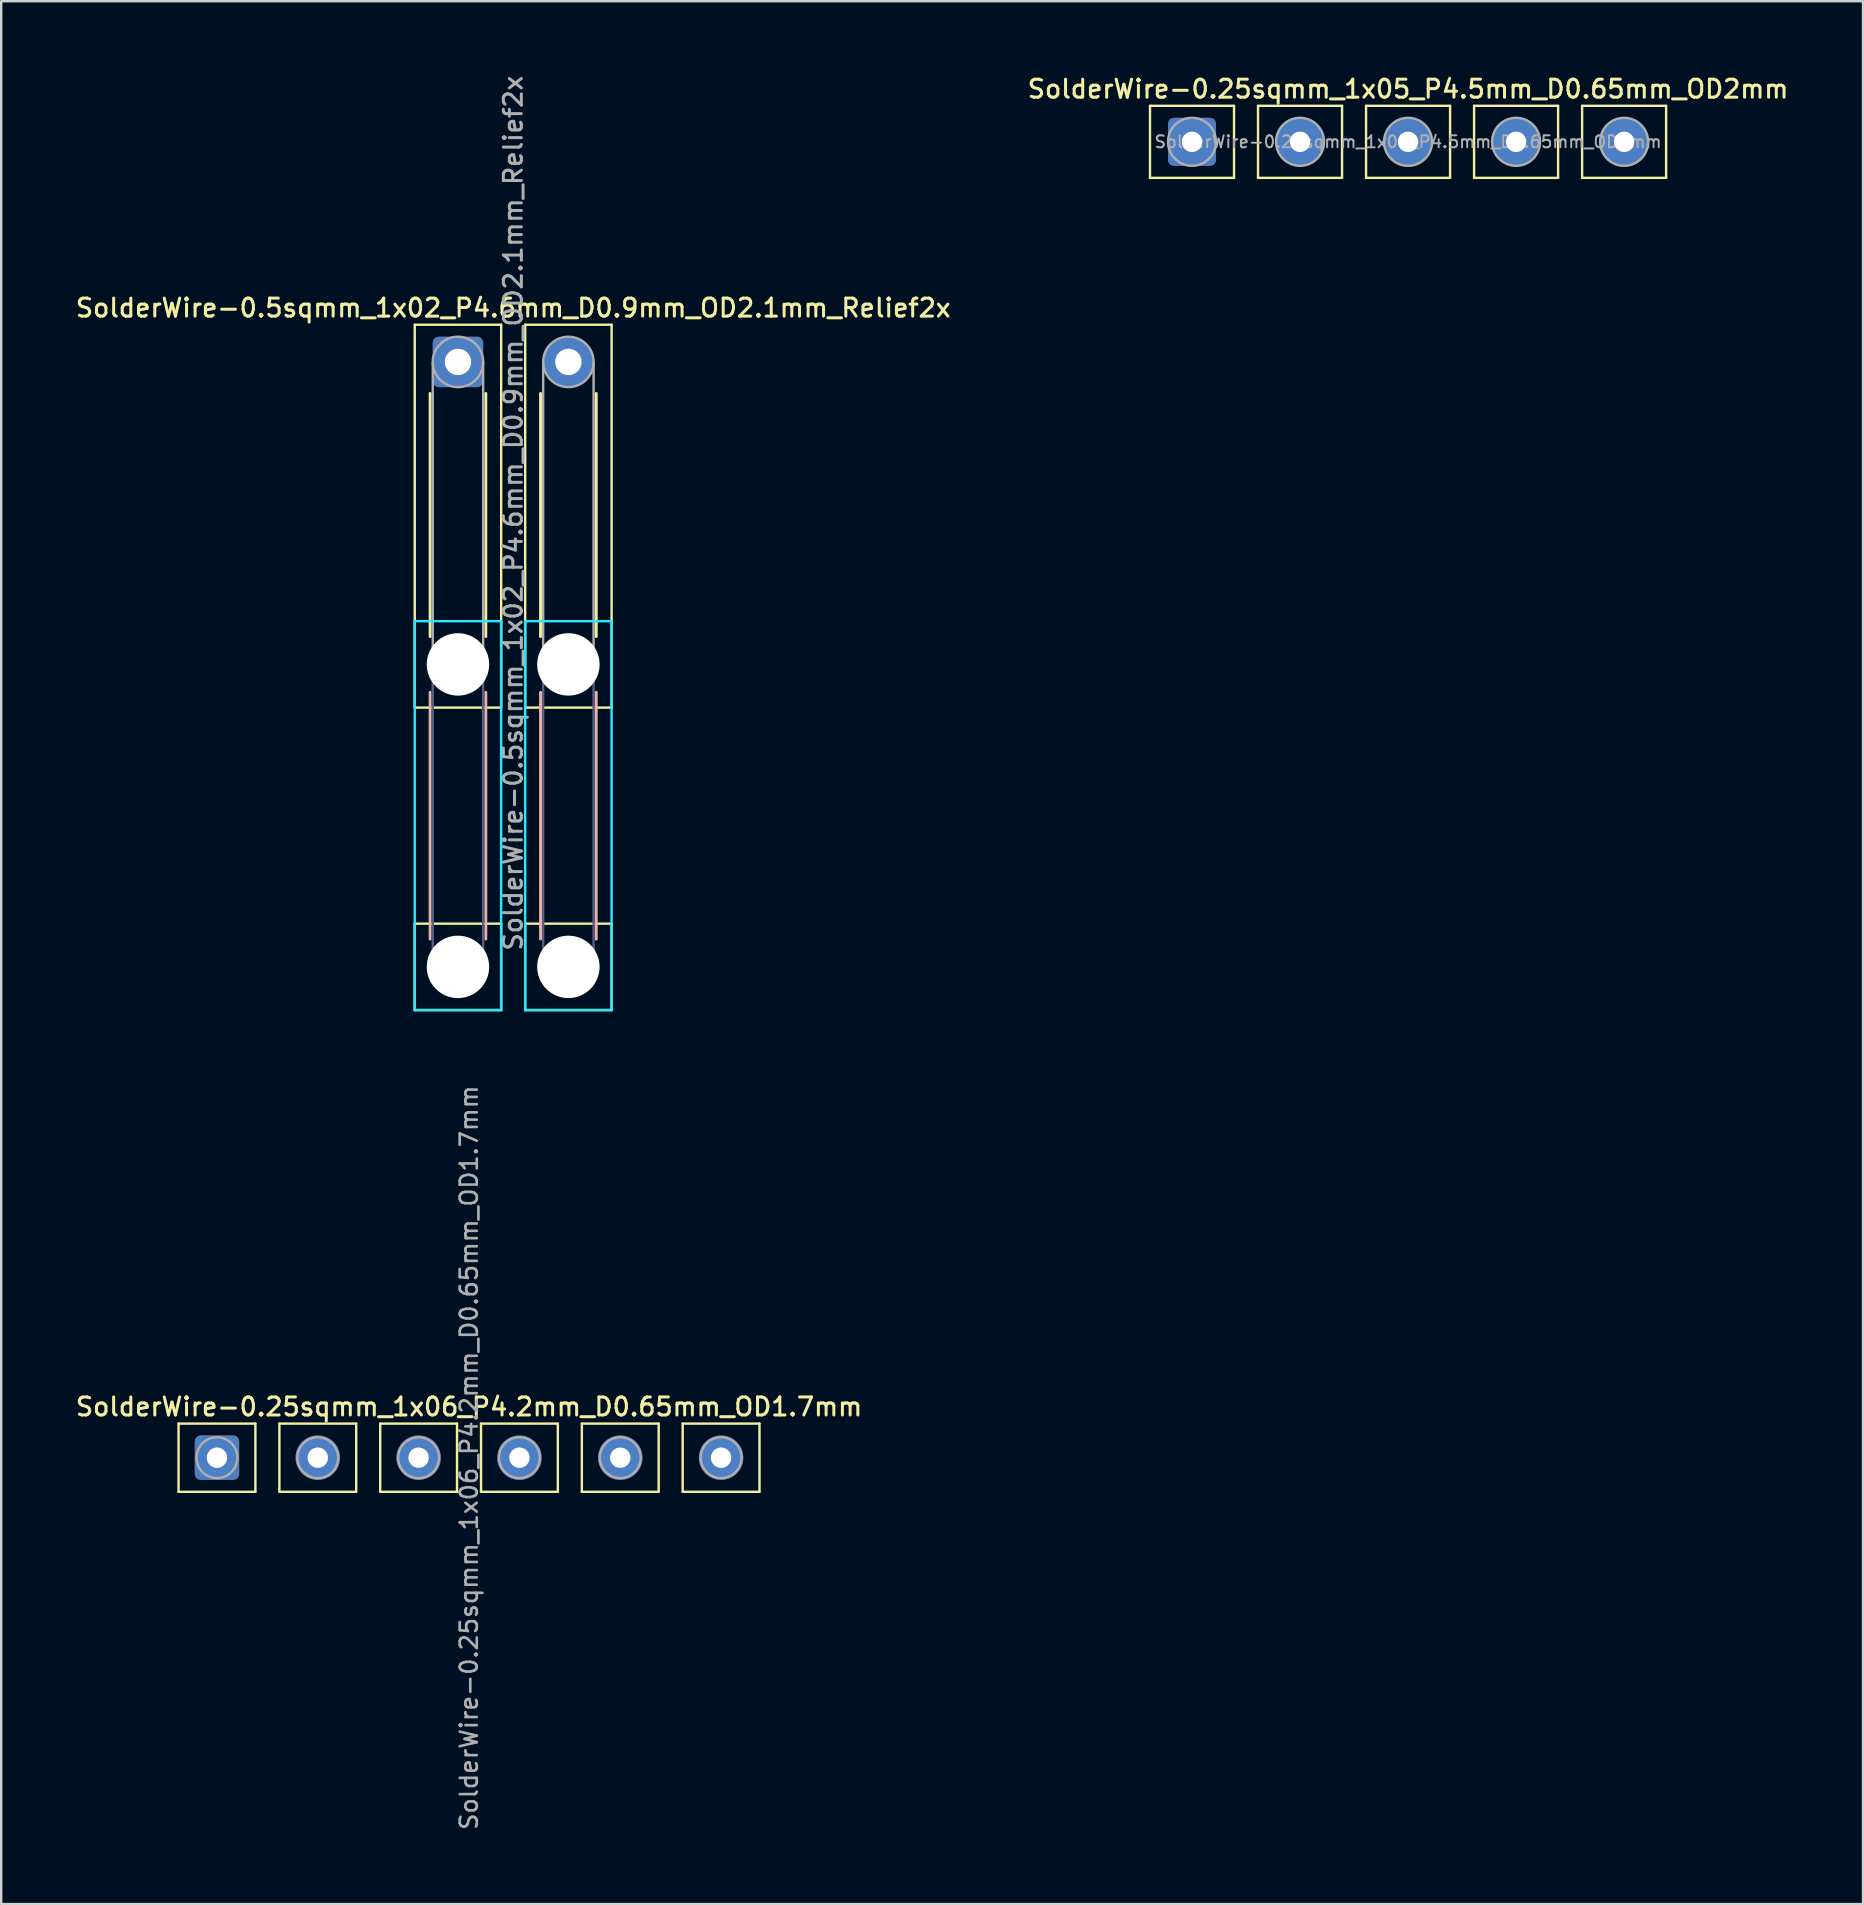
<source format=kicad_pcb>
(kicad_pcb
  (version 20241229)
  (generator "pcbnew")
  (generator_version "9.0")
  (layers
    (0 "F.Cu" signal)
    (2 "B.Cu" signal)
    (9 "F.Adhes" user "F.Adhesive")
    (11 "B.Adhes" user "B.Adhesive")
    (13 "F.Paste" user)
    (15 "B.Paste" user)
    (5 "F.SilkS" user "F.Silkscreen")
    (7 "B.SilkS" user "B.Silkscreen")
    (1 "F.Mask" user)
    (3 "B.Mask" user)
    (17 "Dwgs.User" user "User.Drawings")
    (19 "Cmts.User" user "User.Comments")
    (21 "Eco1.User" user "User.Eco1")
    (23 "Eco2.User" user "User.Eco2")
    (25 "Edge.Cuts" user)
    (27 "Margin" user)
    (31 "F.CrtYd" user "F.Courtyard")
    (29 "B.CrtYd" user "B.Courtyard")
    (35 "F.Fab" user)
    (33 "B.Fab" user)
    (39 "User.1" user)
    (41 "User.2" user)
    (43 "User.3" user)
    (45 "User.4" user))
  (footprint "SolderWire-0.5sqmm_1x02_P4.6mm_D0.9mm_OD2.1mm_Relief2x"
    (layer "F.Cu")
    (at 16.027 12.027)
    (property "Reference" "SolderWire-0.5sqmm_1x02_P4.6mm_D0.9mm_OD2.1mm_Relief2x" (at 2.3 -2.25 0) (layer "F.SilkS") (effects (font (size 0.75 0.75) (thickness 0.125))))
    (attr exclude_from_pos_files exclude_from_bom)
    (fp_line (start -1.8 -1.55) (end -1.8 14.4) (stroke (width 0.1) (type solid)) (layer "F.SilkS"))
    (fp_line (start -1.8 14.4) (end 1.8 14.4) (stroke (width 0.1) (type solid)) (layer "F.SilkS"))
    (fp_line (start -1.8 23.4) (end -1.8 27) (stroke (width 0.1) (type solid)) (layer "F.SilkS"))
    (fp_line (start -1.8 27) (end 1.8 27) (stroke (width 0.1) (type solid)) (layer "F.SilkS"))
    (fp_line (start -1.16 1.31) (end -1.16 11.44) (stroke (width 0.12) (type solid)) (layer "F.SilkS"))
    (fp_line (start 1.16 1.31) (end 1.16 11.44) (stroke (width 0.12) (type solid)) (layer "F.SilkS"))
    (fp_line (start 1.8 -1.55) (end -1.8 -1.55) (stroke (width 0.1) (type solid)) (layer "F.SilkS"))
    (fp_line (start 1.8 14.4) (end 1.8 -1.55) (stroke (width 0.1) (type solid)) (layer "F.SilkS"))
    (fp_line (start 1.8 23.4) (end -1.8 23.4) (stroke (width 0.1) (type solid)) (layer "F.SilkS"))
    (fp_line (start 1.8 27) (end 1.8 23.4) (stroke (width 0.1) (type solid)) (layer "F.SilkS"))
    (fp_line (start 2.8 -1.55) (end 2.8 14.4) (stroke (width 0.1) (type solid)) (layer "F.SilkS"))
    (fp_line (start 2.8 14.4) (end 6.4 14.4) (stroke (width 0.1) (type solid)) (layer "F.SilkS"))
    (fp_line (start 2.8 23.4) (end 2.8 27) (stroke (width 0.1) (type solid)) (layer "F.SilkS"))
    (fp_line (start 2.8 27) (end 6.4 27) (stroke (width 0.1) (type solid)) (layer "F.SilkS"))
    (fp_line (start 3.44 1.31) (end 3.44 11.44) (stroke (width 0.12) (type solid)) (layer "F.SilkS"))
    (fp_line (start 5.76 1.31) (end 5.76 11.44) (stroke (width 0.12) (type solid)) (layer "F.SilkS"))
    (fp_line (start 6.4 -1.55) (end 2.8 -1.55) (stroke (width 0.1) (type solid)) (layer "F.SilkS"))
    (fp_line (start 6.4 14.4) (end 6.4 -1.55) (stroke (width 0.1) (type solid)) (layer "F.SilkS"))
    (fp_line (start 6.4 23.4) (end 2.8 23.4) (stroke (width 0.1) (type solid)) (layer "F.SilkS"))
    (fp_line (start 6.4 27) (end 6.4 23.4) (stroke (width 0.1) (type solid)) (layer "F.SilkS"))
    (fp_line (start -1.16 13.76) (end -1.16 24.04) (stroke (width 0.12) (type solid)) (layer "B.SilkS"))
    (fp_line (start 1.16 13.76) (end 1.16 24.04) (stroke (width 0.12) (type solid)) (layer "B.SilkS"))
    (fp_line (start 3.44 13.76) (end 3.44 24.04) (stroke (width 0.12) (type solid)) (layer "B.SilkS"))
    (fp_line (start 5.76 13.76) (end 5.76 24.04) (stroke (width 0.12) (type solid)) (layer "B.SilkS"))
    (fp_line (start -1.8 10.8) (end -1.8 27) (stroke (width 0.1) (type solid)) (layer "B.CrtYd"))
    (fp_line (start -1.8 27) (end 1.8 27) (stroke (width 0.1) (type solid)) (layer "B.CrtYd"))
    (fp_line (start 1.8 10.8) (end -1.8 10.8) (stroke (width 0.1) (type solid)) (layer "B.CrtYd"))
    (fp_line (start 1.8 27) (end 1.8 10.8) (stroke (width 0.1) (type solid)) (layer "B.CrtYd"))
    (fp_line (start 2.8 10.8) (end 2.8 27) (stroke (width 0.1) (type solid)) (layer "B.CrtYd"))
    (fp_line (start 2.8 27) (end 6.4 27) (stroke (width 0.1) (type solid)) (layer "B.CrtYd"))
    (fp_line (start 6.4 10.8) (end 2.8 10.8) (stroke (width 0.1) (type solid)) (layer "B.CrtYd"))
    (fp_line (start 6.4 27) (end 6.4 10.8) (stroke (width 0.1) (type solid)) (layer "B.CrtYd"))
    (fp_line (start -1.05 12.6) (end -1.05 25.2) (stroke (width 0.1) (type solid)) (layer "B.Fab"))
    (fp_line (start 1.05 12.6) (end 1.05 25.2) (stroke (width 0.1) (type solid)) (layer "B.Fab"))
    (fp_line (start 3.55 12.6) (end 3.55 25.2) (stroke (width 0.1) (type solid)) (layer "B.Fab"))
    (fp_line (start 5.65 12.6) (end 5.65 25.2) (stroke (width 0.1) (type solid)) (layer "B.Fab"))
    (fp_circle (center 0 12.6) (end 1.05 12.6) (stroke (width 0.1) (type solid)) (fill no) (layer "B.Fab"))
    (fp_circle (center 0 25.2) (end 1.05 25.2) (stroke (width 0.1) (type solid)) (fill no) (layer "B.Fab"))
    (fp_circle (center 4.6 12.6) (end 5.65 12.6) (stroke (width 0.1) (type solid)) (fill no) (layer "B.Fab"))
    (fp_circle (center 4.6 25.2) (end 5.65 25.2) (stroke (width 0.1) (type solid)) (fill no) (layer "B.Fab"))
    (fp_line (start -1.05 0) (end -1.05 12.6) (stroke (width 0.1) (type solid)) (layer "F.Fab"))
    (fp_line (start 1.05 0) (end 1.05 12.6) (stroke (width 0.1) (type solid)) (layer "F.Fab"))
    (fp_line (start 3.55 0) (end 3.55 12.6) (stroke (width 0.1) (type solid)) (layer "F.Fab"))
    (fp_line (start 5.65 0) (end 5.65 12.6) (stroke (width 0.1) (type solid)) (layer "F.Fab"))
    (fp_circle (center 0 0) (end 1.05 0) (stroke (width 0.1) (type solid)) (fill no) (layer "F.Fab"))
    (fp_circle (center 0 12.6) (end 1.05 12.6) (stroke (width 0.1) (type solid)) (fill no) (layer "F.Fab"))
    (fp_circle (center 0 25.2) (end 1.05 25.2) (stroke (width 0.1) (type solid)) (fill no) (layer "F.Fab"))
    (fp_circle (center 4.6 0) (end 5.65 0) (stroke (width 0.1) (type solid)) (fill no) (layer "F.Fab"))
    (fp_circle (center 4.6 12.6) (end 5.65 12.6) (stroke (width 0.1) (type solid)) (fill no) (layer "F.Fab"))
    (fp_circle (center 4.6 25.2) (end 5.65 25.2) (stroke (width 0.1) (type solid)) (fill no) (layer "F.Fab"))
    (fp_text user "${REFERENCE}" (at 2.3 6.3 90) (layer "F.Fab") (effects (font (size 0.75 0.75) (thickness 0.125))))
    (pad "" np_thru_hole circle (at 0 12.6) (size 2.6 2.6) (drill 2.6) (layers "*.Cu" "*.Mask"))
    (pad "" np_thru_hole circle (at 0 25.2) (size 2.6 2.6) (drill 2.6) (layers "*.Cu" "*.Mask"))
    (pad "" np_thru_hole circle (at 4.6 12.6) (size 2.6 2.6) (drill 2.6) (layers "*.Cu" "*.Mask"))
    (pad "" np_thru_hole circle (at 4.6 25.2) (size 2.6 2.6) (drill 2.6) (layers "*.Cu" "*.Mask"))
    (pad "1" thru_hole roundrect (at 0 0) (size 2.1 2.1) (drill 1.1) (layers "*.Cu" "*.Mask") (roundrect_rratio 0.119))
    (pad "2" thru_hole circle (at 4.6 0) (size 2.1 2.1) (drill 1.1) (layers "*.Cu" "*.Mask")))
  (footprint "SolderWire-0.25sqmm_1x05_P4.5mm_D0.65mm_OD2mm"
    (layer "F.Cu")
    (at 46.605 2.858)
    (property "Reference" "SolderWire-0.25sqmm_1x05_P4.5mm_D0.65mm_OD2mm" (at 9 -2.2 0) (layer "F.SilkS") (effects (font (size 0.75 0.75) (thickness 0.125))))
    (attr exclude_from_pos_files exclude_from_bom)
    (fp_line (start -1.75 -1.5) (end -1.75 1.5) (stroke (width 0.1) (type solid)) (layer "F.SilkS"))
    (fp_line (start -1.75 1.5) (end 1.75 1.5) (stroke (width 0.1) (type solid)) (layer "F.SilkS"))
    (fp_line (start 1.75 -1.5) (end -1.75 -1.5) (stroke (width 0.1) (type solid)) (layer "F.SilkS"))
    (fp_line (start 1.75 1.5) (end 1.75 -1.5) (stroke (width 0.1) (type solid)) (layer "F.SilkS"))
    (fp_line (start 2.75 -1.5) (end 2.75 1.5) (stroke (width 0.1) (type solid)) (layer "F.SilkS"))
    (fp_line (start 2.75 1.5) (end 6.25 1.5) (stroke (width 0.1) (type solid)) (layer "F.SilkS"))
    (fp_line (start 6.25 -1.5) (end 2.75 -1.5) (stroke (width 0.1) (type solid)) (layer "F.SilkS"))
    (fp_line (start 6.25 1.5) (end 6.25 -1.5) (stroke (width 0.1) (type solid)) (layer "F.SilkS"))
    (fp_line (start 7.25 -1.5) (end 7.25 1.5) (stroke (width 0.1) (type solid)) (layer "F.SilkS"))
    (fp_line (start 7.25 1.5) (end 10.75 1.5) (stroke (width 0.1) (type solid)) (layer "F.SilkS"))
    (fp_line (start 10.75 -1.5) (end 7.25 -1.5) (stroke (width 0.1) (type solid)) (layer "F.SilkS"))
    (fp_line (start 10.75 1.5) (end 10.75 -1.5) (stroke (width 0.1) (type solid)) (layer "F.SilkS"))
    (fp_line (start 11.75 -1.5) (end 11.75 1.5) (stroke (width 0.1) (type solid)) (layer "F.SilkS"))
    (fp_line (start 11.75 1.5) (end 15.25 1.5) (stroke (width 0.1) (type solid)) (layer "F.SilkS"))
    (fp_line (start 15.25 -1.5) (end 11.75 -1.5) (stroke (width 0.1) (type solid)) (layer "F.SilkS"))
    (fp_line (start 15.25 1.5) (end 15.25 -1.5) (stroke (width 0.1) (type solid)) (layer "F.SilkS"))
    (fp_line (start 16.25 -1.5) (end 16.25 1.5) (stroke (width 0.1) (type solid)) (layer "F.SilkS"))
    (fp_line (start 16.25 1.5) (end 19.75 1.5) (stroke (width 0.1) (type solid)) (layer "F.SilkS"))
    (fp_line (start 19.75 -1.5) (end 16.25 -1.5) (stroke (width 0.1) (type solid)) (layer "F.SilkS"))
    (fp_line (start 19.75 1.5) (end 19.75 -1.5) (stroke (width 0.1) (type solid)) (layer "F.SilkS"))
    (fp_circle (center 0 0) (end 1 0) (stroke (width 0.1) (type solid)) (fill no) (layer "F.Fab"))
    (fp_circle (center 4.5 0) (end 5.5 0) (stroke (width 0.1) (type solid)) (fill no) (layer "F.Fab"))
    (fp_circle (center 9 0) (end 10 0) (stroke (width 0.1) (type solid)) (fill no) (layer "F.Fab"))
    (fp_circle (center 13.5 0) (end 14.5 0) (stroke (width 0.1) (type solid)) (fill no) (layer "F.Fab"))
    (fp_circle (center 18 0) (end 19 0) (stroke (width 0.1) (type solid)) (fill no) (layer "F.Fab"))
    (fp_text user "${REFERENCE}" (at 9 0 0) (layer "F.Fab") (effects (font (size 0.5 0.5) (thickness 0.08))))
    (pad "1" thru_hole roundrect (at 0 0) (size 2 2) (drill 0.85) (layers "*.Cu" "*.Mask") (roundrect_rratio 0.125))
    (pad "2" thru_hole circle (at 4.5 0) (size 2 2) (drill 0.85) (layers "*.Cu" "*.Mask"))
    (pad "3" thru_hole circle (at 9 0) (size 2 2) (drill 0.85) (layers "*.Cu" "*.Mask"))
    (pad "4" thru_hole circle (at 13.5 0) (size 2 2) (drill 0.85) (layers "*.Cu" "*.Mask"))
    (pad "5" thru_hole circle (at 18 0) (size 2 2) (drill 0.85) (layers "*.Cu" "*.Mask")))
  (footprint "SolderWire-0.25sqmm_1x06_P4.2mm_D0.65mm_OD1.7mm"
    (layer "F.Cu")
    (at 5.988 57.672)
    (property "Reference" "SolderWire-0.25sqmm_1x06_P4.2mm_D0.65mm_OD1.7mm" (at 10.5 -2.12 0) (layer "F.SilkS") (effects (font (size 0.75 0.75) (thickness 0.125))))
    (attr exclude_from_pos_files exclude_from_bom)
    (fp_line (start -1.6 -1.42) (end -1.6 1.42) (stroke (width 0.1) (type solid)) (layer "F.SilkS"))
    (fp_line (start -1.6 1.42) (end 1.6 1.42) (stroke (width 0.1) (type solid)) (layer "F.SilkS"))
    (fp_line (start 1.6 -1.42) (end -1.6 -1.42) (stroke (width 0.1) (type solid)) (layer "F.SilkS"))
    (fp_line (start 1.6 1.42) (end 1.6 -1.42) (stroke (width 0.1) (type solid)) (layer "F.SilkS"))
    (fp_line (start 2.6 -1.42) (end 2.6 1.42) (stroke (width 0.1) (type solid)) (layer "F.SilkS"))
    (fp_line (start 2.6 1.42) (end 5.8 1.42) (stroke (width 0.1) (type solid)) (layer "F.SilkS"))
    (fp_line (start 5.8 -1.42) (end 2.6 -1.42) (stroke (width 0.1) (type solid)) (layer "F.SilkS"))
    (fp_line (start 5.8 1.42) (end 5.8 -1.42) (stroke (width 0.1) (type solid)) (layer "F.SilkS"))
    (fp_line (start 6.8 -1.42) (end 6.8 1.42) (stroke (width 0.1) (type solid)) (layer "F.SilkS"))
    (fp_line (start 6.8 1.42) (end 10 1.42) (stroke (width 0.1) (type solid)) (layer "F.SilkS"))
    (fp_line (start 10 -1.42) (end 6.8 -1.42) (stroke (width 0.1) (type solid)) (layer "F.SilkS"))
    (fp_line (start 10 1.42) (end 10 -1.42) (stroke (width 0.1) (type solid)) (layer "F.SilkS"))
    (fp_line (start 11 -1.42) (end 11 1.42) (stroke (width 0.1) (type solid)) (layer "F.SilkS"))
    (fp_line (start 11 1.42) (end 14.2 1.42) (stroke (width 0.1) (type solid)) (layer "F.SilkS"))
    (fp_line (start 14.2 -1.42) (end 11 -1.42) (stroke (width 0.1) (type solid)) (layer "F.SilkS"))
    (fp_line (start 14.2 1.42) (end 14.2 -1.42) (stroke (width 0.1) (type solid)) (layer "F.SilkS"))
    (fp_line (start 15.2 -1.42) (end 15.2 1.42) (stroke (width 0.1) (type solid)) (layer "F.SilkS"))
    (fp_line (start 15.2 1.42) (end 18.4 1.42) (stroke (width 0.1) (type solid)) (layer "F.SilkS"))
    (fp_line (start 18.4 -1.42) (end 15.2 -1.42) (stroke (width 0.1) (type solid)) (layer "F.SilkS"))
    (fp_line (start 18.4 1.42) (end 18.4 -1.42) (stroke (width 0.1) (type solid)) (layer "F.SilkS"))
    (fp_line (start 19.4 -1.42) (end 19.4 1.42) (stroke (width 0.1) (type solid)) (layer "F.SilkS"))
    (fp_line (start 19.4 1.42) (end 22.6 1.42) (stroke (width 0.1) (type solid)) (layer "F.SilkS"))
    (fp_line (start 22.6 -1.42) (end 19.4 -1.42) (stroke (width 0.1) (type solid)) (layer "F.SilkS"))
    (fp_line (start 22.6 1.42) (end 22.6 -1.42) (stroke (width 0.1) (type solid)) (layer "F.SilkS"))
    (fp_circle (center 0 0) (end 0.85 0) (stroke (width 0.1) (type solid)) (fill no) (layer "F.Fab"))
    (fp_circle (center 4.2 0) (end 5.05 0) (stroke (width 0.1) (type solid)) (fill no) (layer "F.Fab"))
    (fp_circle (center 8.4 0) (end 9.25 0) (stroke (width 0.1) (type solid)) (fill no) (layer "F.Fab"))
    (fp_circle (center 12.6 0) (end 13.45 0) (stroke (width 0.1) (type solid)) (fill no) (layer "F.Fab"))
    (fp_circle (center 16.8 0) (end 17.65 0) (stroke (width 0.1) (type solid)) (fill no) (layer "F.Fab"))
    (fp_circle (center 21 0) (end 21.85 0) (stroke (width 0.1) (type solid)) (fill no) (layer "F.Fab"))
    (fp_text user "${REFERENCE}" (at 10.5 0 90) (layer "F.Fab") (effects (font (size 0.71 0.71) (thickness 0.11))))
    (pad "1" thru_hole roundrect (at 0 0) (size 1.85 1.85) (drill 0.85) (layers "*.Cu" "*.Mask") (roundrect_rratio 0.135))
    (pad "2" thru_hole circle (at 4.2 0) (size 1.85 1.85) (drill 0.85) (layers "*.Cu" "*.Mask"))
    (pad "3" thru_hole circle (at 8.4 0) (size 1.85 1.85) (drill 0.85) (layers "*.Cu" "*.Mask"))
    (pad "4" thru_hole circle (at 12.6 0) (size 1.85 1.85) (drill 0.85) (layers "*.Cu" "*.Mask"))
    (pad "5" thru_hole circle (at 16.8 0) (size 1.85 1.85) (drill 0.85) (layers "*.Cu" "*.Mask"))
    (pad "6" thru_hole circle (at 21 0) (size 1.85 1.85) (drill 0.85) (layers "*.Cu" "*.Mask")))
  (gr_rect
    (start -3 -3)
    (end 74.557 76.268)
    (stroke (width 0.1) (type default))
    (fill no)
    (layer "Edge.Cuts")))
</source>
